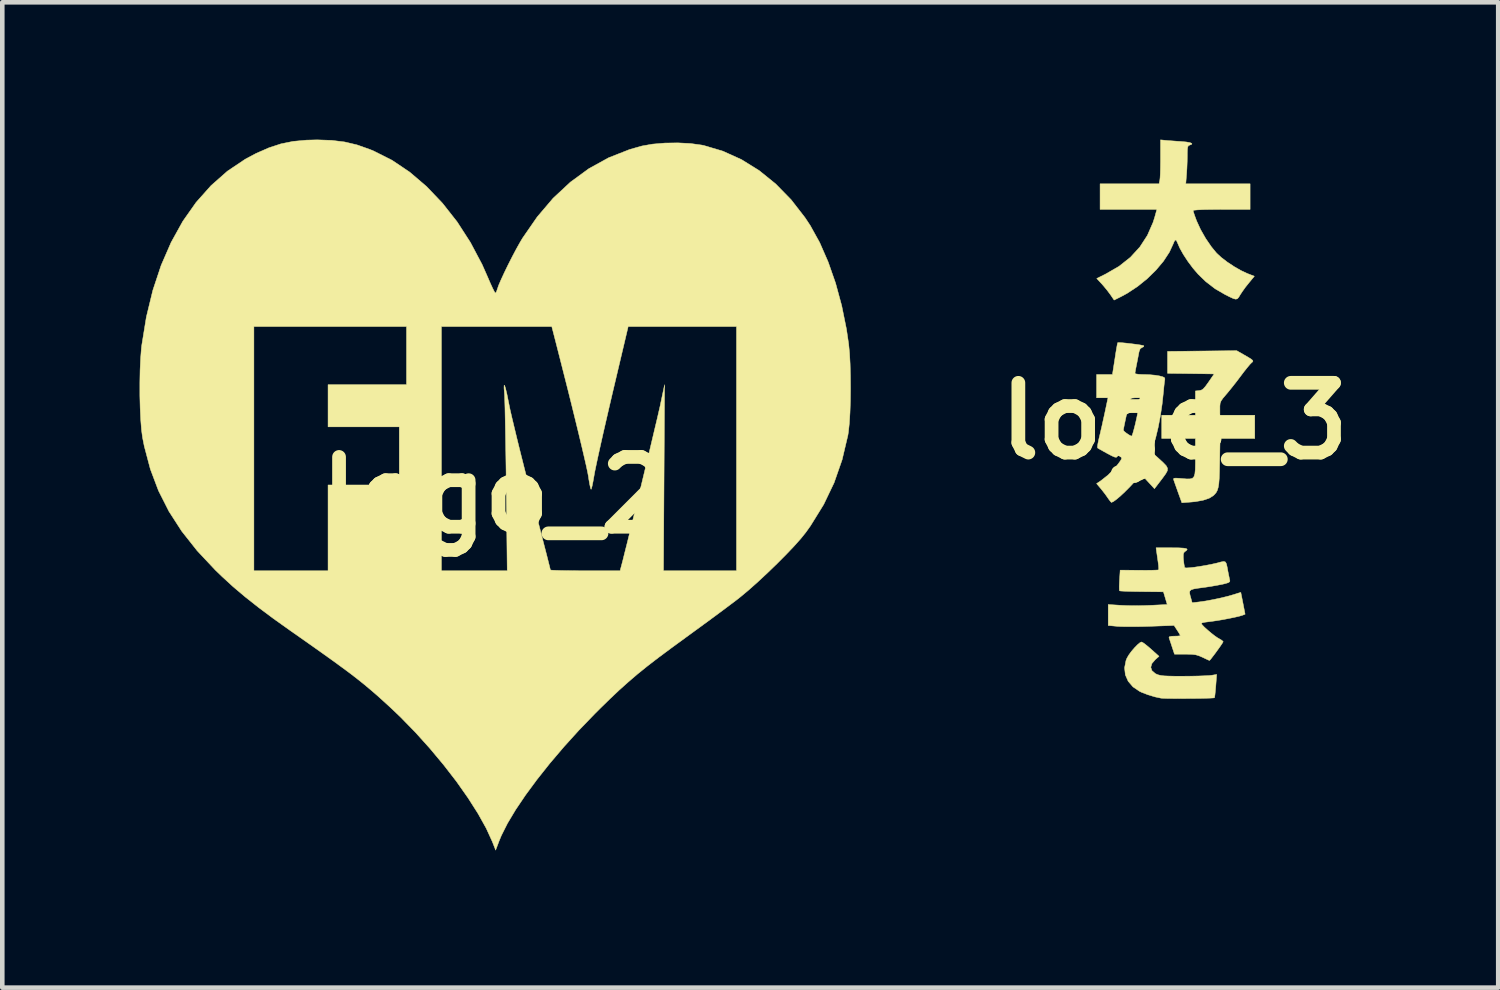
<source format=kicad_pcb>
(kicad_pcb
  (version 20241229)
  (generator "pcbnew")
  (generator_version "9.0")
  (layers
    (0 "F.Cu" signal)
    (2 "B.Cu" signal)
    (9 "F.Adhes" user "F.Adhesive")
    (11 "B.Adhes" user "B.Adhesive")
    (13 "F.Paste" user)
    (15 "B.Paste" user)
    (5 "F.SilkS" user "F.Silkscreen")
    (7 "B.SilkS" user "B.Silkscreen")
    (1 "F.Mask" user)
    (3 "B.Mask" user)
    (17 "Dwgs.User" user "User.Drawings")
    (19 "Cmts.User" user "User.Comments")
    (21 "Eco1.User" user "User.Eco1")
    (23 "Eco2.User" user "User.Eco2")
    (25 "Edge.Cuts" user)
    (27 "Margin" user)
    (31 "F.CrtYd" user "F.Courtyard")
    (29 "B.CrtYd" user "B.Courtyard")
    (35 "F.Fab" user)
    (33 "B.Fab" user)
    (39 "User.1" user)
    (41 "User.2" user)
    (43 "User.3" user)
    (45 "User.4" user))
  (footprint "logo_2"
    (layer "F.Cu")
    (at 7.767 7.766)
    (property "Reference" "logo_2" (at 0 0 0) (layer "F.SilkS") (effects (font (size 1.524 1.524) (thickness 0.3))))
    (attr through_hole)
    (fp_poly (pts (xy -3.57 -7.75) (xy -3.287 -7.715) (xy -3.017 -7.651) (xy -2.738 -7.552) (xy -2.655 -7.518) (xy -2.254 -7.316) (xy -1.867 -7.056) (xy -1.498 -6.741) (xy -1.152 -6.378) (xy -0.831 -5.97) (xy -0.542 -5.522) (xy -0.286 -5.039) (xy -0.167 -4.77) (xy -0.108 -4.633) (xy -0.056 -4.52) (xy -0.017 -4.443) (xy 0.003 -4.413) (xy 0.004 -4.413) (xy 0.026 -4.44) (xy 0.047 -4.501) (xy 0.075 -4.583) (xy 0.129 -4.708) (xy 0.201 -4.864) (xy 0.285 -5.037) (xy 0.375 -5.214) (xy 0.465 -5.384) (xy 0.549 -5.533) (xy 0.597 -5.614) (xy 0.918 -6.078) (xy 1.266 -6.487) (xy 1.643 -6.838) (xy 2.047 -7.133) (xy 2.479 -7.371) (xy 2.937 -7.551) (xy 3.205 -7.627) (xy 3.437 -7.668) (xy 3.707 -7.691) (xy 3.992 -7.695) (xy 4.268 -7.681) (xy 4.514 -7.647) (xy 4.554 -7.639) (xy 4.975 -7.514) (xy 5.381 -7.33) (xy 5.767 -7.09) (xy 6.129 -6.797) (xy 6.464 -6.454) (xy 6.766 -6.065) (xy 6.882 -5.89) (xy 7.088 -5.518) (xy 7.273 -5.095) (xy 7.435 -4.632) (xy 7.569 -4.139) (xy 7.673 -3.626) (xy 7.721 -3.302) (xy 7.74 -3.104) (xy 7.753 -2.867) (xy 7.76 -2.604) (xy 7.762 -2.329) (xy 7.759 -2.056) (xy 7.75 -1.798) (xy 7.736 -1.569) (xy 7.716 -1.383) (xy 7.705 -1.31) (xy 7.578 -0.773) (xy 7.403 -0.271) (xy 7.175 0.205) (xy 6.89 0.666) (xy 6.784 0.815) (xy 6.677 0.948) (xy 6.53 1.113) (xy 6.354 1.298) (xy 6.157 1.496) (xy 5.949 1.697) (xy 5.741 1.891) (xy 5.541 2.069) (xy 5.359 2.221) (xy 5.282 2.282) (xy 5.148 2.383) (xy 4.975 2.513) (xy 4.775 2.661) (xy 4.558 2.82) (xy 4.338 2.981) (xy 4.165 3.107) (xy 3.846 3.34) (xy 3.57 3.545) (xy 3.327 3.732) (xy 3.109 3.908) (xy 2.906 4.082) (xy 2.707 4.26) (xy 2.503 4.453) (xy 2.285 4.666) (xy 2.175 4.776) (xy 1.829 5.135) (xy 1.501 5.497) (xy 1.194 5.858) (xy 0.913 6.212) (xy 0.662 6.552) (xy 0.445 6.874) (xy 0.268 7.17) (xy 0.134 7.437) (xy 0.084 7.558) (xy 0.01 7.754) (xy -0.063 7.568) (xy -0.196 7.277) (xy -0.375 6.956) (xy -0.593 6.614) (xy -0.844 6.257) (xy -1.124 5.895) (xy -1.425 5.534) (xy -1.742 5.182) (xy -2.069 4.847) (xy -2.28 4.646) (xy -2.433 4.506) (xy -2.575 4.378) (xy -2.713 4.259) (xy -2.851 4.143) (xy -2.998 4.025) (xy -3.158 3.901) (xy -3.339 3.767) (xy -3.546 3.616) (xy -3.785 3.445) (xy -4.062 3.249) (xy -4.385 3.022) (xy -4.468 2.964) (xy -4.843 2.697) (xy -5.171 2.452) (xy -5.462 2.222) (xy -5.725 2) (xy -5.968 1.777) (xy -6.115 1.635) (xy -6.511 1.213) (xy -6.847 0.788) (xy -7.127 0.354) (xy -7.355 -0.097) (xy -7.533 -0.569) (xy -7.666 -1.071) (xy -7.703 -1.257) (xy -7.726 -1.428) (xy -7.743 -1.647) (xy -7.755 -1.901) (xy -7.762 -2.177) (xy -7.762 -2.46) (xy -7.757 -2.736) (xy -7.745 -2.991) (xy -7.728 -3.21) (xy -7.721 -3.27) (xy -7.654 -3.683) (xy -5.271 -3.683) (xy -5.271 1.651) (xy -3.651 1.651) (xy -3.651 -0.222) (xy -2.095 -0.222) (xy -2.095 -1.492) (xy -3.651 -1.492) (xy -3.651 -2.413) (xy -1.937 -2.413) (xy -1.937 -3.683) (xy -1.175 -3.683) (xy -1.175 1.651) (xy 0.263 1.651) (xy 0.242 -0.183) (xy 0.238 -0.525) (xy 0.233 -0.854) (xy 0.228 -1.162) (xy 0.223 -1.444) (xy 0.218 -1.694) (xy 0.214 -1.903) (xy 0.209 -2.067) (xy 0.205 -2.178) (xy 0.202 -2.223) (xy 0.193 -2.341) (xy 0.195 -2.398) (xy 0.206 -2.396) (xy 0.225 -2.335) (xy 0.254 -2.218) (xy 0.289 -2.045) (xy 0.302 -1.981) (xy 0.325 -1.868) (xy 0.363 -1.702) (xy 0.414 -1.49) (xy 0.474 -1.24) (xy 0.543 -0.96) (xy 0.619 -0.658) (xy 0.699 -0.341) (xy 0.782 -0.018) (xy 0.793 0.024) (xy 0.873 0.331) (xy 0.947 0.62) (xy 1.015 0.884) (xy 1.075 1.117) (xy 1.126 1.314) (xy 1.165 1.469) (xy 1.192 1.576) (xy 1.205 1.63) (xy 1.206 1.635) (xy 1.237 1.639) (xy 1.322 1.643) (xy 1.453 1.647) (xy 1.622 1.649) (xy 1.819 1.651) (xy 1.967 1.651) (xy 2.728 1.651) (xy 2.76 1.532) (xy 2.788 1.426) (xy 2.827 1.268) (xy 2.878 1.066) (xy 2.937 0.827) (xy 3.002 0.559) (xy 3.073 0.271) (xy 3.146 -0.031) (xy 3.22 -0.337) (xy 3.293 -0.641) (xy 3.364 -0.934) (xy 3.429 -1.209) (xy 3.488 -1.458) (xy 3.539 -1.672) (xy 3.579 -1.845) (xy 3.607 -1.967) (xy 3.615 -2.008) (xy 3.7 -2.412) (xy 3.676 1.651) (xy 5.271 1.651) (xy 5.271 -3.683) (xy 4.088 -3.683) (xy 2.905 -3.683) (xy 2.558 -2.215) (xy 2.486 -1.906) (xy 2.417 -1.607) (xy 2.352 -1.324) (xy 2.294 -1.065) (xy 2.244 -0.838) (xy 2.204 -0.65) (xy 2.175 -0.51) (xy 2.162 -0.437) (xy 2.139 -0.306) (xy 2.118 -0.202) (xy 2.101 -0.14) (xy 2.094 -0.127) (xy 2.082 -0.156) (xy 2.065 -0.234) (xy 2.045 -0.347) (xy 2.037 -0.405) (xy 2.021 -0.491) (xy 1.991 -0.633) (xy 1.947 -0.825) (xy 1.892 -1.06) (xy 1.827 -1.332) (xy 1.753 -1.636) (xy 1.672 -1.966) (xy 1.585 -2.315) (xy 1.493 -2.678) (xy 1.399 -3.048) (xy 1.304 -3.42) (xy 1.267 -3.564) (xy 1.236 -3.683) (xy -1.175 -3.683) (xy -1.937 -3.683) (xy -5.271 -3.683) (xy -7.654 -3.683) (xy -7.62 -3.892) (xy -7.478 -4.476) (xy -7.297 -5.021) (xy -7.078 -5.524) (xy -6.823 -5.984) (xy -6.532 -6.397) (xy -6.207 -6.762) (xy -5.85 -7.077) (xy -5.461 -7.338) (xy -5.223 -7.465) (xy -4.942 -7.588) (xy -4.68 -7.674) (xy -4.414 -7.728) (xy -4.124 -7.755) (xy -3.889 -7.761) (xy -3.57 -7.75)) (stroke (width 0.01) (type solid)) (fill yes) (layer "F.SilkS")))
  (footprint "logo_3"
    (layer "F.Cu")
    (at 22.606 6.147)
    (property "Reference" "logo_3" (at 0 0 0) (layer "F.SilkS") (effects (font (size 1.524 1.524) (thickness 0.3))))
    (attr through_hole)
    (fp_poly (pts (xy -0.688 4.842) (xy -0.629 4.885) (xy -0.554 4.947) (xy -0.513 4.983) (xy -0.338 5.139) (xy -0.42 5.211) (xy -0.494 5.297) (xy -0.518 5.379) (xy -0.493 5.453) (xy -0.42 5.516) (xy -0.388 5.532) (xy -0.346 5.547) (xy -0.294 5.559) (xy -0.223 5.567) (xy -0.126 5.571) (xy 0.005 5.574) (xy 0.178 5.574) (xy 0.203 5.574) (xy 0.365 5.573) (xy 0.517 5.57) (xy 0.648 5.565) (xy 0.749 5.56) (xy 0.809 5.554) (xy 0.81 5.554) (xy 0.921 5.536) (xy 0.902 5.784) (xy 0.893 5.891) (xy 0.884 5.978) (xy 0.876 6.032) (xy 0.872 6.045) (xy 0.844 6.049) (xy 0.774 6.053) (xy 0.67 6.056) (xy 0.543 6.059) (xy 0.4 6.06) (xy 0.25 6.061) (xy 0.102 6.062) (xy -0.035 6.061) (xy -0.152 6.06) (xy -0.24 6.057) (xy -0.291 6.054) (xy -0.292 6.054) (xy -0.428 6.025) (xy -0.578 5.98) (xy -0.716 5.927) (xy -0.761 5.906) (xy -0.907 5.807) (xy -1.012 5.685) (xy -1.074 5.544) (xy -1.091 5.391) (xy -1.06 5.233) (xy -1.04 5.182) (xy -0.999 5.111) (xy -0.94 5.03) (xy -0.872 4.951) (xy -0.805 4.883) (xy -0.75 4.838) (xy -0.72 4.826) (xy -0.688 4.842)) (stroke (width 0.01) (type solid)) (fill yes) (layer "F.SilkS"))
    (fp_poly (pts (xy 1.511 -1.45) (xy 1.613 -1.391) (xy 1.677 -1.351) (xy 1.708 -1.324) (xy 1.712 -1.303) (xy 1.695 -1.283) (xy 1.681 -1.272) (xy 1.646 -1.236) (xy 1.59 -1.169) (xy 1.519 -1.08) (xy 1.443 -0.979) (xy 1.442 -0.978) (xy 1.354 -0.861) (xy 1.261 -0.743) (xy 1.176 -0.638) (xy 1.122 -0.574) (xy 1.056 -0.496) (xy 1.017 -0.439) (xy 0.997 -0.388) (xy 0.991 -0.325) (xy 0.991 -0.275) (xy 0.991 -0.127) (xy 1.753 -0.127) (xy 1.753 0.381) (xy 0.995 0.381) (xy 0.986 0.908) (xy 0.982 1.102) (xy 0.977 1.252) (xy 0.968 1.366) (xy 0.954 1.451) (xy 0.935 1.514) (xy 0.909 1.563) (xy 0.873 1.605) (xy 0.846 1.631) (xy 0.755 1.687) (xy 0.622 1.731) (xy 0.453 1.761) (xy 0.369 1.769) (xy 0.161 1.785) (xy 0.079 1.559) (xy 0.042 1.455) (xy 0.01 1.365) (xy -0.012 1.302) (xy -0.018 1.286) (xy -0.022 1.263) (xy -0.009 1.25) (xy 0.029 1.247) (xy 0.103 1.251) (xy 0.17 1.257) (xy 0.268 1.265) (xy 0.341 1.264) (xy 0.393 1.25) (xy 0.426 1.214) (xy 0.445 1.152) (xy 0.454 1.056) (xy 0.457 0.92) (xy 0.457 0.786) (xy 0.457 0.381) (xy -0.279 0.381) (xy -0.279 -0.127) (xy 0.457 -0.127) (xy 0.457 -0.657) (xy 0.54 -0.665) (xy 0.585 -0.675) (xy 0.627 -0.702) (xy 0.673 -0.753) (xy 0.735 -0.838) (xy 0.744 -0.851) (xy 0.866 -1.029) (xy 0.357 -1.036) (xy -0.152 -1.042) (xy -0.152 -1.521) (xy 1.359 -1.537) (xy 1.511 -1.45)) (stroke (width 0.01) (type solid)) (fill yes) (layer "F.SilkS"))
    (fp_poly (pts (xy -0.21 -6.132) (xy -0.142 -6.126) (xy -0.041 -6.119) (xy 0.077 -6.11) (xy 0.133 -6.107) (xy 0.256 -6.096) (xy 0.339 -6.081) (xy 0.38 -6.063) (xy 0.375 -6.044) (xy 0.33 -6.027) (xy 0.305 -6.015) (xy 0.29 -5.99) (xy 0.282 -5.939) (xy 0.279 -5.852) (xy 0.279 -5.807) (xy 0.277 -5.672) (xy 0.271 -5.521) (xy 0.263 -5.391) (xy 0.246 -5.182) (xy 1.651 -5.182) (xy 1.651 -4.623) (xy 1.029 -4.623) (xy 0.806 -4.622) (xy 0.632 -4.619) (xy 0.507 -4.613) (xy 0.432 -4.606) (xy 0.406 -4.597) (xy 0.415 -4.562) (xy 0.438 -4.493) (xy 0.471 -4.403) (xy 0.484 -4.369) (xy 0.569 -4.184) (xy 0.68 -3.989) (xy 0.806 -3.805) (xy 0.918 -3.669) (xy 1.019 -3.575) (xy 1.152 -3.473) (xy 1.301 -3.374) (xy 1.451 -3.288) (xy 1.585 -3.225) (xy 1.59 -3.223) (xy 1.744 -3.163) (xy 1.623 -3.016) (xy 1.55 -2.925) (xy 1.482 -2.83) (xy 1.434 -2.757) (xy 1.402 -2.703) (xy 1.373 -2.671) (xy 1.338 -2.662) (xy 1.286 -2.675) (xy 1.208 -2.711) (xy 1.113 -2.758) (xy 0.886 -2.89) (xy 0.681 -3.048) (xy 0.516 -3.208) (xy 0.405 -3.337) (xy 0.295 -3.484) (xy 0.195 -3.636) (xy 0.115 -3.779) (xy 0.071 -3.88) (xy 0.042 -3.943) (xy 0.017 -3.956) (xy -0.008 -3.92) (xy -0.024 -3.88) (xy -0.112 -3.689) (xy -0.241 -3.492) (xy -0.406 -3.296) (xy -0.597 -3.109) (xy -0.809 -2.938) (xy -1.034 -2.79) (xy -1.161 -2.721) (xy -1.319 -2.642) (xy -1.401 -2.762) (xy -1.468 -2.852) (xy -1.548 -2.949) (xy -1.592 -2.999) (xy -1.699 -3.114) (xy -1.504 -3.211) (xy -1.213 -3.379) (xy -0.964 -3.576) (xy -0.757 -3.802) (xy -0.592 -4.056) (xy -0.468 -4.34) (xy -0.433 -4.451) (xy -0.385 -4.623) (xy -1.626 -4.623) (xy -1.626 -5.182) (xy -0.337 -5.182) (xy -0.321 -5.261) (xy -0.315 -5.314) (xy -0.31 -5.406) (xy -0.307 -5.527) (xy -0.305 -5.666) (xy -0.305 -5.741) (xy -0.305 -6.142) (xy -0.21 -6.132)) (stroke (width 0.01) (type solid)) (fill yes) (layer "F.SilkS"))
    (fp_poly (pts (xy -1.143 -1.71) (xy -1.051 -1.701) (xy -0.947 -1.689) (xy -0.844 -1.676) (xy -0.755 -1.663) (xy -0.692 -1.651) (xy -0.67 -1.644) (xy -0.674 -1.623) (xy -0.705 -1.609) (xy -0.75 -1.579) (xy -0.776 -1.51) (xy -0.777 -1.502) (xy -0.791 -1.428) (xy -0.81 -1.328) (xy -0.828 -1.237) (xy -0.846 -1.147) (xy -0.859 -1.076) (xy -0.864 -1.04) (xy -0.864 -1.04) (xy -0.84 -1.029) (xy -0.778 -1.02) (xy -0.689 -1.016) (xy -0.662 -1.016) (xy -0.544 -1.012) (xy -0.426 -1.001) (xy -0.333 -0.986) (xy -0.331 -0.986) (xy -0.256 -0.966) (xy -0.219 -0.947) (xy -0.21 -0.919) (xy -0.214 -0.891) (xy -0.222 -0.833) (xy -0.232 -0.744) (xy -0.241 -0.641) (xy -0.242 -0.635) (xy -0.27 -0.374) (xy -0.309 -0.11) (xy -0.358 0.143) (xy -0.413 0.372) (xy -0.47 0.558) (xy -0.509 0.67) (xy -0.343 0.82) (xy -0.245 0.91) (xy -0.182 0.976) (xy -0.153 1.031) (xy -0.156 1.085) (xy -0.191 1.15) (xy -0.254 1.237) (xy -0.281 1.273) (xy -0.438 1.478) (xy -0.586 1.317) (xy -0.734 1.156) (xy -0.805 1.245) (xy -0.888 1.343) (xy -0.983 1.445) (xy -1.083 1.545) (xy -1.18 1.636) (xy -1.266 1.709) (xy -1.335 1.759) (xy -1.377 1.778) (xy -1.378 1.778) (xy -1.398 1.759) (xy -1.435 1.71) (xy -1.454 1.683) (xy -1.508 1.606) (xy -1.576 1.518) (xy -1.609 1.477) (xy -1.702 1.367) (xy -1.607 1.303) (xy -1.447 1.176) (xy -1.294 1.017) (xy -1.227 0.932) (xy -1.178 0.864) (xy -1.156 0.823) (xy -1.159 0.798) (xy -1.183 0.776) (xy -1.184 0.775) (xy -1.224 0.754) (xy -1.247 0.768) (xy -1.253 0.778) (xy -1.27 0.792) (xy -1.305 0.788) (xy -1.364 0.763) (xy -1.457 0.715) (xy -1.469 0.708) (xy -1.558 0.659) (xy -1.631 0.618) (xy -1.674 0.592) (xy -1.681 0.587) (xy -1.683 0.557) (xy -1.673 0.49) (xy -1.654 0.4) (xy -1.647 0.368) (xy -1.621 0.262) (xy -1.608 0.203) (xy -1.118 0.203) (xy -1.098 0.227) (xy -1.052 0.264) (xy -0.997 0.301) (xy -0.951 0.326) (xy -0.936 0.33) (xy -0.923 0.307) (xy -0.903 0.244) (xy -0.878 0.152) (xy -0.854 0.057) (xy -0.825 -0.073) (xy -0.799 -0.201) (xy -0.779 -0.311) (xy -0.772 -0.362) (xy -0.755 -0.508) (xy -0.858 -0.508) (xy -0.933 -0.501) (xy -0.969 -0.477) (xy -0.975 -0.464) (xy -0.986 -0.42) (xy -1.004 -0.342) (xy -1.027 -0.24) (xy -1.051 -0.128) (xy -1.075 -0.016) (xy -1.096 0.084) (xy -1.111 0.16) (xy -1.117 0.2) (xy -1.118 0.203) (xy -1.608 0.203) (xy -1.589 0.124) (xy -1.556 -0.027) (xy -1.524 -0.171) (xy -1.453 -0.508) (xy -1.702 -0.508) (xy -1.702 -1.016) (xy -1.356 -1.016) (xy -1.302 -1.361) (xy -1.283 -1.487) (xy -1.265 -1.593) (xy -1.251 -1.67) (xy -1.242 -1.709) (xy -1.241 -1.712) (xy -1.21 -1.714) (xy -1.143 -1.71)) (stroke (width 0.01) (type solid)) (fill yes) (layer "F.SilkS"))
    (fp_poly (pts (xy 0.09 2.77) (xy 0.194 2.776) (xy 0.256 2.786) (xy 0.277 2.803) (xy 0.263 2.826) (xy 0.231 2.849) (xy 0.205 2.873) (xy 0.193 2.912) (xy 0.192 2.978) (xy 0.196 3.033) (xy 0.206 3.118) (xy 0.217 3.18) (xy 0.225 3.204) (xy 0.258 3.209) (xy 0.329 3.205) (xy 0.43 3.194) (xy 0.549 3.176) (xy 0.675 3.155) (xy 0.8 3.131) (xy 0.911 3.106) (xy 0.925 3.103) (xy 1.017 3.078) (xy 1.076 3.068) (xy 1.112 3.079) (xy 1.134 3.119) (xy 1.151 3.194) (xy 1.168 3.289) (xy 1.186 3.378) (xy 1.201 3.451) (xy 1.209 3.484) (xy 1.206 3.509) (xy 1.176 3.53) (xy 1.108 3.551) (xy 1.049 3.565) (xy 0.936 3.587) (xy 0.8 3.611) (xy 0.67 3.631) (xy 0.66 3.632) (xy 0.52 3.651) (xy 0.423 3.667) (xy 0.364 3.686) (xy 0.335 3.713) (xy 0.329 3.752) (xy 0.341 3.811) (xy 0.358 3.87) (xy 0.385 3.969) (xy 0.542 3.951) (xy 0.682 3.931) (xy 0.848 3.9) (xy 1.022 3.863) (xy 1.183 3.823) (xy 1.309 3.786) (xy 1.384 3.762) (xy 1.434 3.747) (xy 1.449 3.744) (xy 1.453 3.768) (xy 1.466 3.831) (xy 1.484 3.922) (xy 1.496 3.983) (xy 1.542 4.22) (xy 1.481 4.244) (xy 1.415 4.263) (xy 1.313 4.287) (xy 1.186 4.313) (xy 1.05 4.339) (xy 0.916 4.361) (xy 0.799 4.378) (xy 0.756 4.383) (xy 0.67 4.394) (xy 0.608 4.407) (xy 0.584 4.42) (xy 0.584 4.42) (xy 0.603 4.45) (xy 0.652 4.502) (xy 0.722 4.565) (xy 0.801 4.632) (xy 0.879 4.693) (xy 0.946 4.739) (xy 0.97 4.752) (xy 1.029 4.787) (xy 1.06 4.814) (xy 1.062 4.822) (xy 1.041 4.858) (xy 1 4.919) (xy 0.946 4.995) (xy 0.888 5.075) (xy 0.833 5.147) (xy 0.79 5.203) (xy 0.766 5.229) (xy 0.764 5.23) (xy 0.735 5.219) (xy 0.675 5.191) (xy 0.61 5.16) (xy 0.533 5.127) (xy 0.462 5.106) (xy 0.379 5.096) (xy 0.267 5.093) (xy 0.235 5.093) (xy -0.000085 5.093) (xy -0.055 4.928) (xy -0.084 4.839) (xy -0.108 4.768) (xy -0.121 4.731) (xy -0.112 4.711) (xy -0.062 4.701) (xy -0.003 4.699) (xy 0.071 4.697) (xy 0.118 4.691) (xy 0.127 4.686) (xy 0.114 4.659) (xy 0.081 4.604) (xy 0.058 4.569) (xy -0.01 4.465) (xy -0.536 4.484) (xy -0.71 4.489) (xy -0.879 4.491) (xy -1.034 4.491) (xy -1.161 4.489) (xy -1.251 4.485) (xy -1.255 4.484) (xy -1.448 4.466) (xy -1.448 4.008) (xy -1.166 4.026) (xy -1.028 4.032) (xy -0.86 4.034) (xy -0.684 4.032) (xy -0.521 4.026) (xy -0.159 4.008) (xy -0.242 3.731) (xy -0.716 3.726) (xy -0.865 3.724) (xy -0.997 3.721) (xy -1.103 3.717) (xy -1.174 3.713) (xy -1.202 3.708) (xy -1.202 3.708) (xy -1.206 3.679) (xy -1.207 3.611) (xy -1.203 3.518) (xy -1.201 3.476) (xy -1.187 3.257) (xy -0.774 3.26) (xy -0.634 3.261) (xy -0.513 3.26) (xy -0.419 3.257) (xy -0.362 3.254) (xy -0.348 3.251) (xy -0.345 3.221) (xy -0.349 3.156) (xy -0.358 3.086) (xy -0.372 2.988) (xy -0.385 2.896) (xy -0.392 2.851) (xy -0.403 2.769) (xy -0.062 2.769) (xy 0.09 2.77)) (stroke (width 0.01) (type solid)) (fill yes) (layer "F.SilkS")))
  (gr_rect
    (start -3 -3)
    (end 29.677 18.524)
    (stroke (width 0.1) (type default))
    (fill no)
    (layer "Edge.Cuts")))
</source>
